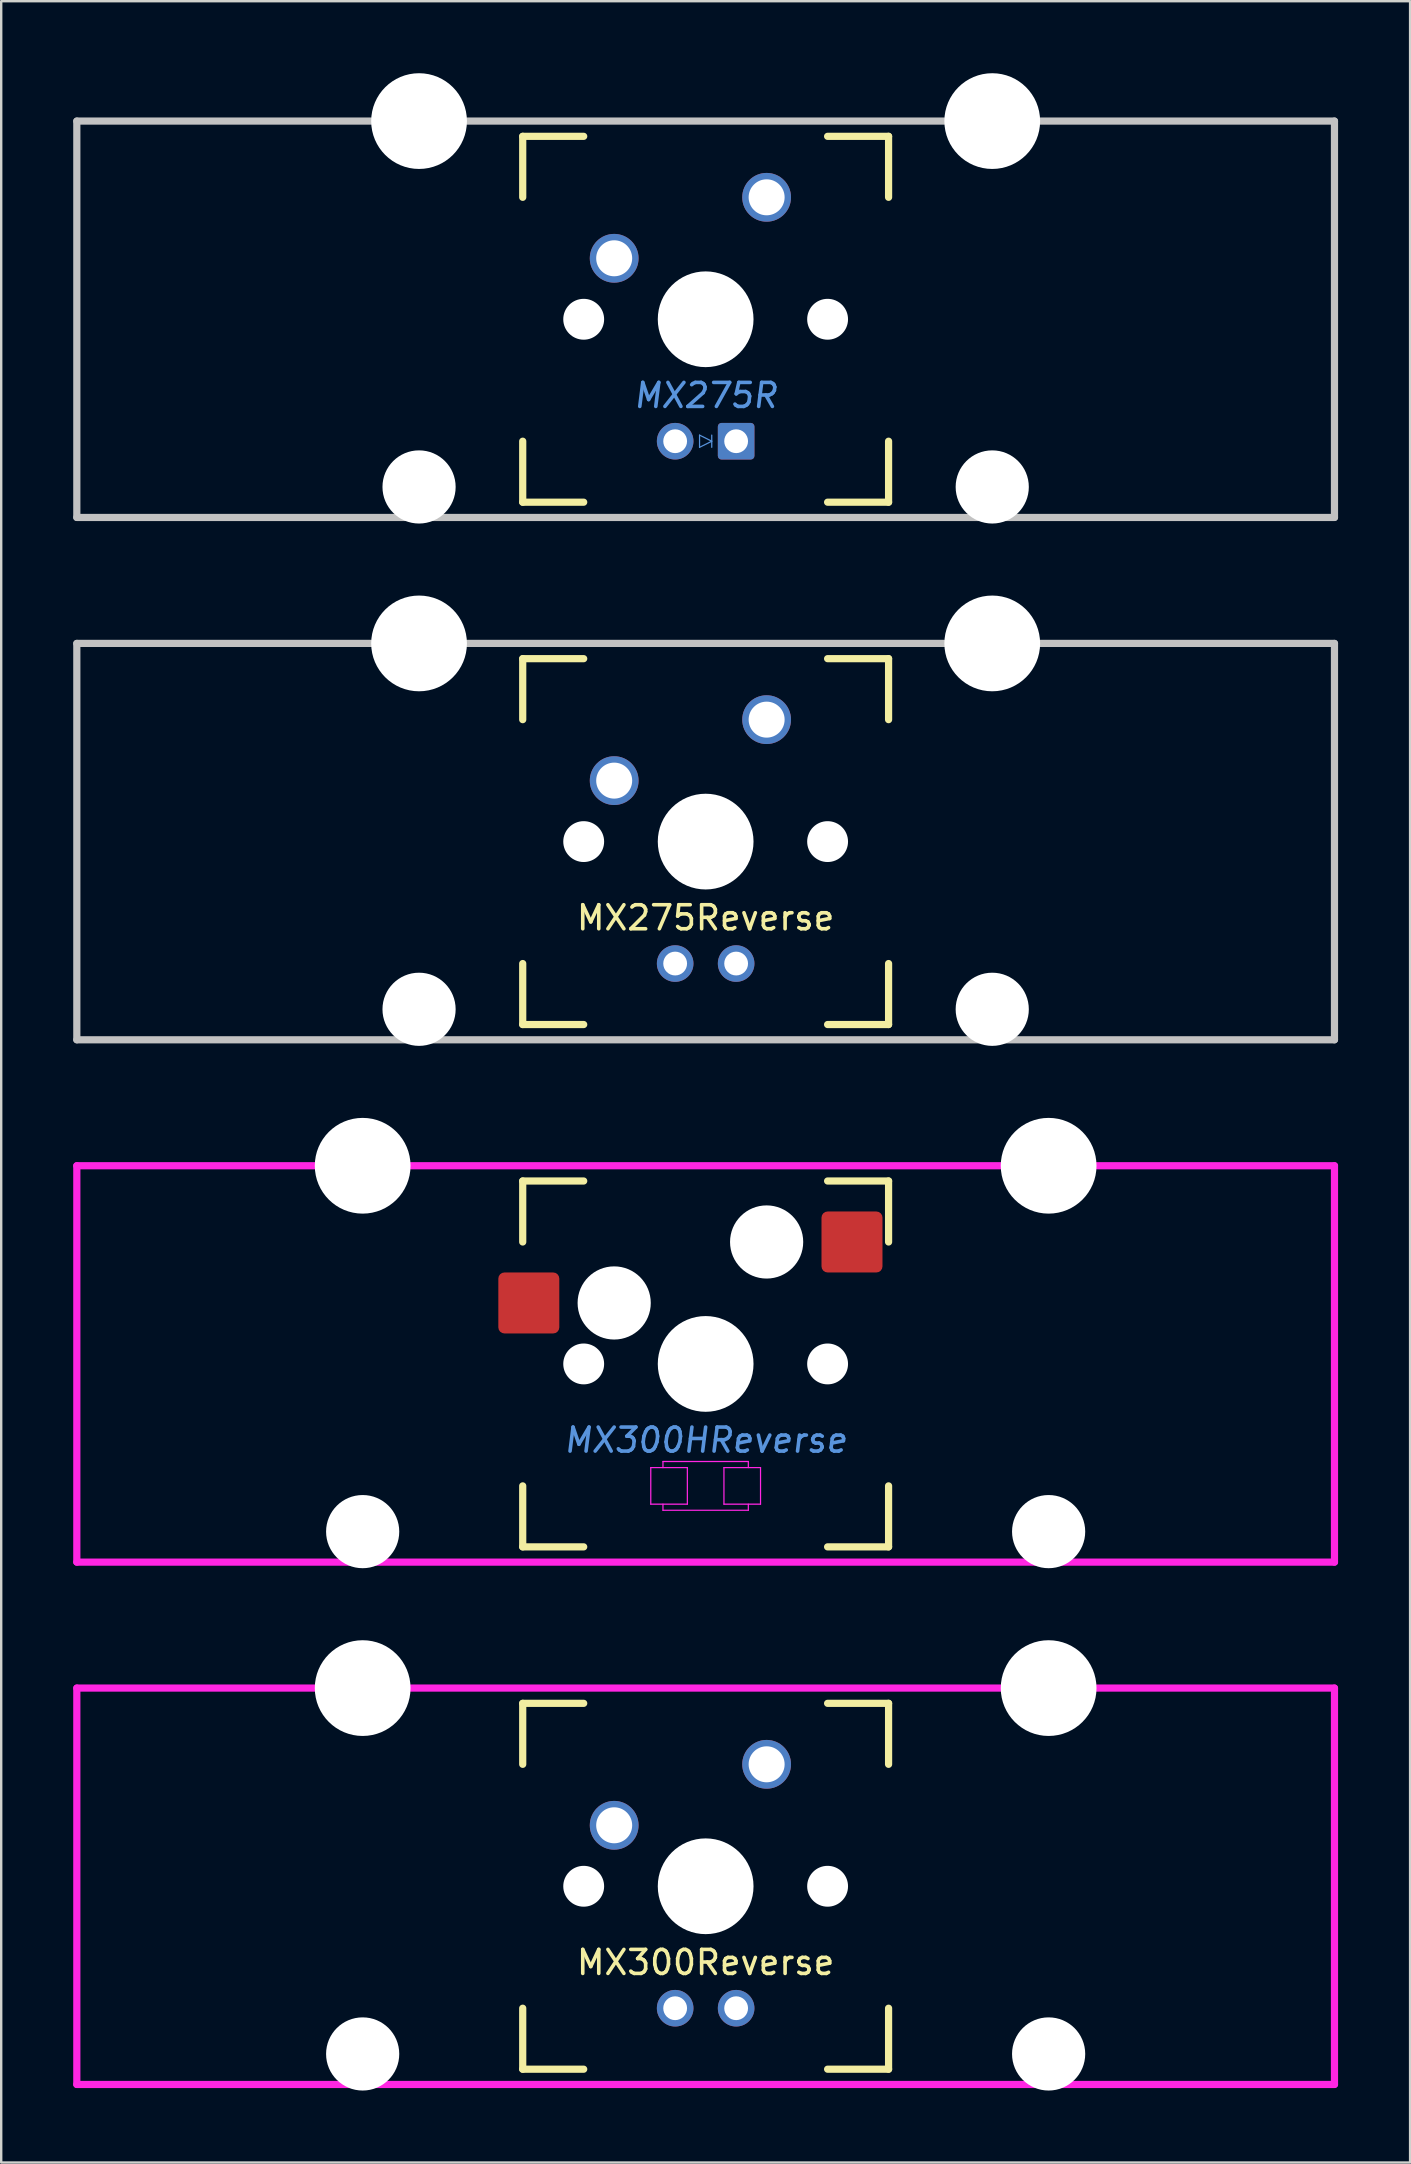
<source format=kicad_pcb>
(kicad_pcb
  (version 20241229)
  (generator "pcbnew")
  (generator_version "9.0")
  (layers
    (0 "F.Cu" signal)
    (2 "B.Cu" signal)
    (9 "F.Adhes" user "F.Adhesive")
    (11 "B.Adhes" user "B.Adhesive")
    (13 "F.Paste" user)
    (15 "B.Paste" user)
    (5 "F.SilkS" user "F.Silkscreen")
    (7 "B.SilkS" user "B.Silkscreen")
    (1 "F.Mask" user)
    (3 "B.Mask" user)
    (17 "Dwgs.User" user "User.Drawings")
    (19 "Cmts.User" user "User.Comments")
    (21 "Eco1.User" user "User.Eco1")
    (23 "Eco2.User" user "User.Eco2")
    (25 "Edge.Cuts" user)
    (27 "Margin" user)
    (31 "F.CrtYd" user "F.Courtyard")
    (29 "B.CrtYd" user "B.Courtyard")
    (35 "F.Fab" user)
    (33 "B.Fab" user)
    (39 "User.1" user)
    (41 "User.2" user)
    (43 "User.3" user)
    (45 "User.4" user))
  (footprint "MX275R"
    (layer "F.Cu")
    (at 26.344 10.249)
    (property "Reference" "MX275R" (at 0 3.175 0) (layer "Cmts.User") (effects (font (size 1 1) (thickness 0.15) (italic yes))))
    (attr through_hole)
    (fp_line (start -7.62 -7.62) (end -7.62 -5.08) (stroke (width 0.3) (type solid)) (layer "F.SilkS"))
    (fp_line (start -7.62 -7.62) (end -5.08 -7.62) (stroke (width 0.3) (type solid)) (layer "F.SilkS"))
    (fp_line (start -7.62 7.62) (end -7.62 5.08) (stroke (width 0.3) (type solid)) (layer "F.SilkS"))
    (fp_line (start -7.62 7.62) (end -5.08 7.62) (stroke (width 0.3) (type solid)) (layer "F.SilkS"))
    (fp_line (start 7.62 -7.62) (end 5.08 -7.62) (stroke (width 0.3) (type solid)) (layer "F.SilkS"))
    (fp_line (start 7.62 -7.62) (end 7.62 -5.08) (stroke (width 0.3) (type solid)) (layer "F.SilkS"))
    (fp_line (start 7.62 7.62) (end 5.08 7.62) (stroke (width 0.3) (type solid)) (layer "F.SilkS"))
    (fp_line (start 7.62 7.62) (end 7.62 5.08) (stroke (width 0.3) (type solid)) (layer "F.SilkS"))
    (fp_line (start -26.194 -8.255) (end -26.194 8.255) (stroke (width 0.3) (type solid)) (layer "Dwgs.User"))
    (fp_line (start -26.194 -8.255) (end 26.194 -8.255) (stroke (width 0.3) (type solid)) (layer "Dwgs.User"))
    (fp_line (start -26.194 8.255) (end 26.194 8.255) (stroke (width 0.3) (type solid)) (layer "Dwgs.User"))
    (fp_line (start 26.194 -8.255) (end 26.194 8.255) (stroke (width 0.3) (type solid)) (layer "Dwgs.User"))
    (fp_line (start -0.254 4.826) (end -0.254 5.334) (stroke (width 0.051) (type solid)) (layer "Cmts.User"))
    (fp_line (start -0.254 5.334) (end 0.254 5.08) (stroke (width 0.051) (type solid)) (layer "Cmts.User"))
    (fp_line (start 0.254 4.826) (end 0.254 5.334) (stroke (width 0.051) (type solid)) (layer "Cmts.User"))
    (fp_line (start 0.254 5.08) (end -0.254 4.826) (stroke (width 0.051) (type solid)) (layer "Cmts.User"))
    (pad "" np_thru_hole circle (at -11.938 -8.255) (size 3.988 3.988) (drill 3.988) (layers "*.Cu" "*.Mask"))
    (pad "" np_thru_hole circle (at -11.938 6.985) (size 3.048 3.048) (drill 3.048) (layers "*.Cu" "*.Mask"))
    (pad "" np_thru_hole circle (at -5.08 0) (size 1.702 1.702) (drill 1.702) (layers "*.Cu" "*.Mask"))
    (pad "" np_thru_hole circle (at 0 0) (size 3.988 3.988) (drill 3.988) (layers "*.Cu" "*.Mask"))
    (pad "" np_thru_hole circle (at 5.08 0) (size 1.702 1.702) (drill 1.702) (layers "*.Cu" "*.Mask"))
    (pad "" np_thru_hole circle (at 11.938 -8.255) (size 3.988 3.988) (drill 3.988) (layers "*.Cu" "*.Mask"))
    (pad "" np_thru_hole circle (at 11.938 6.985) (size 3.048 3.048) (drill 3.048) (layers "*.Cu" "*.Mask"))
    (pad "1" thru_hole circle (at -3.81 -2.54) (size 2.032 2.032) (drill 1.499) (layers "*.Cu" "*.Mask"))
    (pad "2" thru_hole circle (at 2.54 -5.08) (size 2.032 2.032) (drill 1.499) (layers "*.Cu" "*.Mask"))
    (pad "A" thru_hole circle (at -1.27 5.08) (size 1.524 1.524) (drill 0.991) (layers "*.Cu" "*.Mask"))
    (pad "K" thru_hole roundrect (at 1.27 5.08) (size 1.524 1.524) (drill 0.991) (layers "*.Cu" "*.Mask") (roundrect_rratio 0.1)))
  (footprint "MX300Reverse"
    (layer "F.Cu")
    (at 26.344 75.523)
    (property "Reference" "MX300Reverse" (at 0 3.175 0) (layer "F.SilkS") (effects (font (size 1 1) (thickness 0.15))))
    (attr through_hole)
    (fp_line (start -7.62 -7.62) (end -7.62 -5.08) (stroke (width 0.3) (type solid)) (layer "F.SilkS"))
    (fp_line (start -7.62 -7.62) (end -5.08 -7.62) (stroke (width 0.3) (type solid)) (layer "F.SilkS"))
    (fp_line (start -7.62 7.62) (end -7.62 5.08) (stroke (width 0.3) (type solid)) (layer "F.SilkS"))
    (fp_line (start -7.62 7.62) (end -5.08 7.62) (stroke (width 0.3) (type solid)) (layer "F.SilkS"))
    (fp_line (start 7.62 -7.62) (end 5.08 -7.62) (stroke (width 0.3) (type solid)) (layer "F.SilkS"))
    (fp_line (start 7.62 -7.62) (end 7.62 -5.08) (stroke (width 0.3) (type solid)) (layer "F.SilkS"))
    (fp_line (start 7.62 7.62) (end 5.08 7.62) (stroke (width 0.3) (type solid)) (layer "F.SilkS"))
    (fp_line (start 7.62 7.62) (end 7.62 5.08) (stroke (width 0.3) (type solid)) (layer "F.SilkS"))
    (fp_line (start -26.194 -8.255) (end -26.194 8.255) (stroke (width 0.3) (type solid)) (layer "F.CrtYd"))
    (fp_line (start -26.194 -8.255) (end 26.194 -8.255) (stroke (width 0.3) (type solid)) (layer "F.CrtYd"))
    (fp_line (start -26.194 8.255) (end 26.194 8.255) (stroke (width 0.3) (type solid)) (layer "F.CrtYd"))
    (fp_line (start 26.194 -8.255) (end 26.194 8.255) (stroke (width 0.3) (type solid)) (layer "F.CrtYd"))
    (pad "" np_thru_hole circle (at -14.287 -8.255) (size 3.988 3.988) (drill 3.988) (layers "*.Cu" "*.Mask"))
    (pad "" np_thru_hole circle (at -14.287 6.985) (size 3.048 3.048) (drill 3.048) (layers "*.Cu" "*.Mask"))
    (pad "" np_thru_hole circle (at -5.08 0) (size 1.702 1.702) (drill 1.702) (layers "*.Cu" "*.Mask"))
    (pad "" thru_hole circle (at -3.81 -2.54) (size 2.032 2.032) (drill 1.499) (layers "*.Cu" "*.Mask"))
    (pad "" thru_hole circle (at -1.27 5.08) (size 1.524 1.524) (drill 0.991) (layers "*.Cu" "*.Mask"))
    (pad "" np_thru_hole circle (at 0 0) (size 3.988 3.988) (drill 3.988) (layers "*.Cu" "*.Mask"))
    (pad "" thru_hole circle (at 1.27 5.08) (size 1.524 1.524) (drill 0.991) (layers "*.Cu" "*.Mask"))
    (pad "" np_thru_hole circle (at 5.08 0) (size 1.702 1.702) (drill 1.702) (layers "*.Cu" "*.Mask"))
    (pad "" np_thru_hole circle (at 14.287 -8.255) (size 3.988 3.988) (drill 3.988) (layers "*.Cu" "*.Mask"))
    (pad "" np_thru_hole circle (at 14.287 6.985) (size 3.048 3.048) (drill 3.048) (layers "*.Cu" "*.Mask"))
    (pad "1" thru_hole circle (at 2.54 -5.08) (size 2.032 2.032) (drill 1.499) (layers "*.Cu" "*.Mask")))
  (footprint "MX275Reverse"
    (layer "F.Cu")
    (at 26.344 32.007)
    (property "Reference" "MX275Reverse" (at 0 3.175 0) (layer "F.SilkS") (effects (font (size 1 1) (thickness 0.15))))
    (attr through_hole)
    (fp_line (start -7.62 -7.62) (end -7.62 -5.08) (stroke (width 0.3) (type solid)) (layer "F.SilkS"))
    (fp_line (start -7.62 -7.62) (end -5.08 -7.62) (stroke (width 0.3) (type solid)) (layer "F.SilkS"))
    (fp_line (start -7.62 7.62) (end -7.62 5.08) (stroke (width 0.3) (type solid)) (layer "F.SilkS"))
    (fp_line (start -7.62 7.62) (end -5.08 7.62) (stroke (width 0.3) (type solid)) (layer "F.SilkS"))
    (fp_line (start 7.62 -7.62) (end 5.08 -7.62) (stroke (width 0.3) (type solid)) (layer "F.SilkS"))
    (fp_line (start 7.62 -7.62) (end 7.62 -5.08) (stroke (width 0.3) (type solid)) (layer "F.SilkS"))
    (fp_line (start 7.62 7.62) (end 5.08 7.62) (stroke (width 0.3) (type solid)) (layer "F.SilkS"))
    (fp_line (start 7.62 7.62) (end 7.62 5.08) (stroke (width 0.3) (type solid)) (layer "F.SilkS"))
    (fp_line (start -26.194 -8.255) (end -26.194 8.255) (stroke (width 0.3) (type solid)) (layer "Dwgs.User"))
    (fp_line (start -26.194 -8.255) (end 26.194 -8.255) (stroke (width 0.3) (type solid)) (layer "Dwgs.User"))
    (fp_line (start -26.194 8.255) (end 26.194 8.255) (stroke (width 0.3) (type solid)) (layer "Dwgs.User"))
    (fp_line (start 26.194 -8.255) (end 26.194 8.255) (stroke (width 0.3) (type solid)) (layer "Dwgs.User"))
    (pad "" np_thru_hole circle (at -11.938 -8.255) (size 3.988 3.988) (drill 3.988) (layers "*.Cu" "*.Mask"))
    (pad "" np_thru_hole circle (at -11.938 6.985) (size 3.048 3.048) (drill 3.048) (layers "*.Cu" "*.Mask"))
    (pad "" np_thru_hole circle (at -5.08 0) (size 1.702 1.702) (drill 1.702) (layers "*.Cu" "*.Mask"))
    (pad "" thru_hole circle (at -3.81 -2.54) (size 2.032 2.032) (drill 1.499) (layers "*.Cu" "*.Mask"))
    (pad "" thru_hole circle (at -1.27 5.08) (size 1.524 1.524) (drill 0.991) (layers "*.Cu" "*.Mask"))
    (pad "" np_thru_hole circle (at 0 0) (size 3.988 3.988) (drill 3.988) (layers "*.Cu" "*.Mask"))
    (pad "" thru_hole circle (at 1.27 5.08) (size 1.524 1.524) (drill 0.991) (layers "*.Cu" "*.Mask"))
    (pad "" np_thru_hole circle (at 5.08 0) (size 1.702 1.702) (drill 1.702) (layers "*.Cu" "*.Mask"))
    (pad "" np_thru_hole circle (at 11.938 -8.255) (size 3.988 3.988) (drill 3.988) (layers "*.Cu" "*.Mask"))
    (pad "" np_thru_hole circle (at 11.938 6.985) (size 3.048 3.048) (drill 3.048) (layers "*.Cu" "*.Mask"))
    (pad "1" thru_hole circle (at 2.54 -5.08) (size 2.032 2.032) (drill 1.499) (layers "*.Cu" "*.Mask")))
  (footprint "MX300HReverse"
    (layer "F.Cu")
    (at 26.344 53.765)
    (property "Reference" "MX300HReverse" (at 0 3.175 0) (layer "Cmts.User") (effects (font (size 1 1) (thickness 0.15) (italic yes))))
    (attr through_hole)
    (fp_line (start -7.62 -7.62) (end -7.62 -5.08) (stroke (width 0.3) (type solid)) (layer "F.SilkS"))
    (fp_line (start -7.62 -7.62) (end -5.08 -7.62) (stroke (width 0.3) (type solid)) (layer "F.SilkS"))
    (fp_line (start -7.62 7.62) (end -7.62 5.08) (stroke (width 0.3) (type solid)) (layer "F.SilkS"))
    (fp_line (start -7.62 7.62) (end -5.08 7.62) (stroke (width 0.3) (type solid)) (layer "F.SilkS"))
    (fp_line (start 7.62 -7.62) (end 5.08 -7.62) (stroke (width 0.3) (type solid)) (layer "F.SilkS"))
    (fp_line (start 7.62 -7.62) (end 7.62 -5.08) (stroke (width 0.3) (type solid)) (layer "F.SilkS"))
    (fp_line (start 7.62 7.62) (end 5.08 7.62) (stroke (width 0.3) (type solid)) (layer "F.SilkS"))
    (fp_line (start 7.62 7.62) (end 7.62 5.08) (stroke (width 0.3) (type solid)) (layer "F.SilkS"))
    (fp_line (start -26.194 -8.255) (end -26.194 8.255) (stroke (width 0.3) (type solid)) (layer "F.CrtYd"))
    (fp_line (start -26.194 -8.255) (end 26.194 -8.255) (stroke (width 0.3) (type solid)) (layer "F.CrtYd"))
    (fp_line (start -26.194 8.255) (end 26.194 8.255) (stroke (width 0.3) (type solid)) (layer "F.CrtYd"))
    (fp_line (start -2.286 4.318) (end -0.762 4.318) (stroke (width 0.051) (type solid)) (layer "F.CrtYd"))
    (fp_line (start -2.286 5.842) (end -2.286 4.318) (stroke (width 0.051) (type solid)) (layer "F.CrtYd"))
    (fp_line (start -1.778 4.064) (end 1.778 4.064) (stroke (width 0.051) (type solid)) (layer "F.CrtYd"))
    (fp_line (start -1.778 4.318) (end -1.778 4.064) (stroke (width 0.051) (type solid)) (layer "F.CrtYd"))
    (fp_line (start -1.778 6.096) (end -1.778 5.842) (stroke (width 0.051) (type solid)) (layer "F.CrtYd"))
    (fp_line (start -0.762 4.318) (end -0.762 5.842) (stroke (width 0.051) (type solid)) (layer "F.CrtYd"))
    (fp_line (start -0.762 5.842) (end -2.286 5.842) (stroke (width 0.051) (type solid)) (layer "F.CrtYd"))
    (fp_line (start 0.762 4.318) (end 0.762 5.842) (stroke (width 0.051) (type solid)) (layer "F.CrtYd"))
    (fp_line (start 0.762 5.842) (end 2.286 5.842) (stroke (width 0.051) (type solid)) (layer "F.CrtYd"))
    (fp_line (start 1.778 4.064) (end 1.778 4.318) (stroke (width 0.051) (type solid)) (layer "F.CrtYd"))
    (fp_line (start 1.778 5.842) (end 1.778 6.096) (stroke (width 0.051) (type solid)) (layer "F.CrtYd"))
    (fp_line (start 1.778 6.096) (end -1.778 6.096) (stroke (width 0.051) (type solid)) (layer "F.CrtYd"))
    (fp_line (start 2.286 4.318) (end 0.762 4.318) (stroke (width 0.051) (type solid)) (layer "F.CrtYd"))
    (fp_line (start 2.286 5.842) (end 2.286 4.318) (stroke (width 0.051) (type solid)) (layer "F.CrtYd"))
    (fp_line (start 26.194 -8.255) (end 26.194 8.255) (stroke (width 0.3) (type solid)) (layer "F.CrtYd"))
    (pad "" np_thru_hole circle (at -14.287 -8.255) (size 3.988 3.988) (drill 3.988) (layers "*.Cu" "*.Mask"))
    (pad "" np_thru_hole circle (at -14.287 6.985) (size 3.048 3.048) (drill 3.048) (layers "*.Cu" "*.Mask"))
    (pad "" np_thru_hole circle (at -5.08 0) (size 1.702 1.702) (drill 1.702) (layers "*.Cu" "*.Mask"))
    (pad "" np_thru_hole circle (at -3.81 -2.54) (size 3.048 3.048) (drill 3.048) (layers "*.Cu" "*.Mask"))
    (pad "" np_thru_hole circle (at 0 0) (size 3.988 3.988) (drill 3.988) (layers "*.Cu" "*.Mask"))
    (pad "" np_thru_hole circle (at 2.54 -5.08) (size 3.048 3.048) (drill 3.048) (layers "*.Cu" "*.Mask"))
    (pad "" np_thru_hole circle (at 5.08 0) (size 1.702 1.702) (drill 1.702) (layers "*.Cu" "*.Mask"))
    (pad "" np_thru_hole circle (at 14.287 -8.255) (size 3.988 3.988) (drill 3.988) (layers "*.Cu" "*.Mask"))
    (pad "" np_thru_hole circle (at 14.287 6.985) (size 3.048 3.048) (drill 3.048) (layers "*.Cu" "*.Mask"))
    (pad "1" smd roundrect (at -7.366 -2.54) (size 2.54 2.54) (layers "F.Cu" "F.Mask" "F.Paste") (roundrect_rratio 0.1))
    (pad "2" smd roundrect (at 6.096 -5.08) (size 2.54 2.54) (layers "F.Cu" "F.Mask" "F.Paste") (roundrect_rratio 0.1)))
  (gr_rect
    (start -3 -3)
    (end 55.688 87.032)
    (stroke (width 0.1) (type default))
    (fill no)
    (layer "Edge.Cuts")))
</source>
